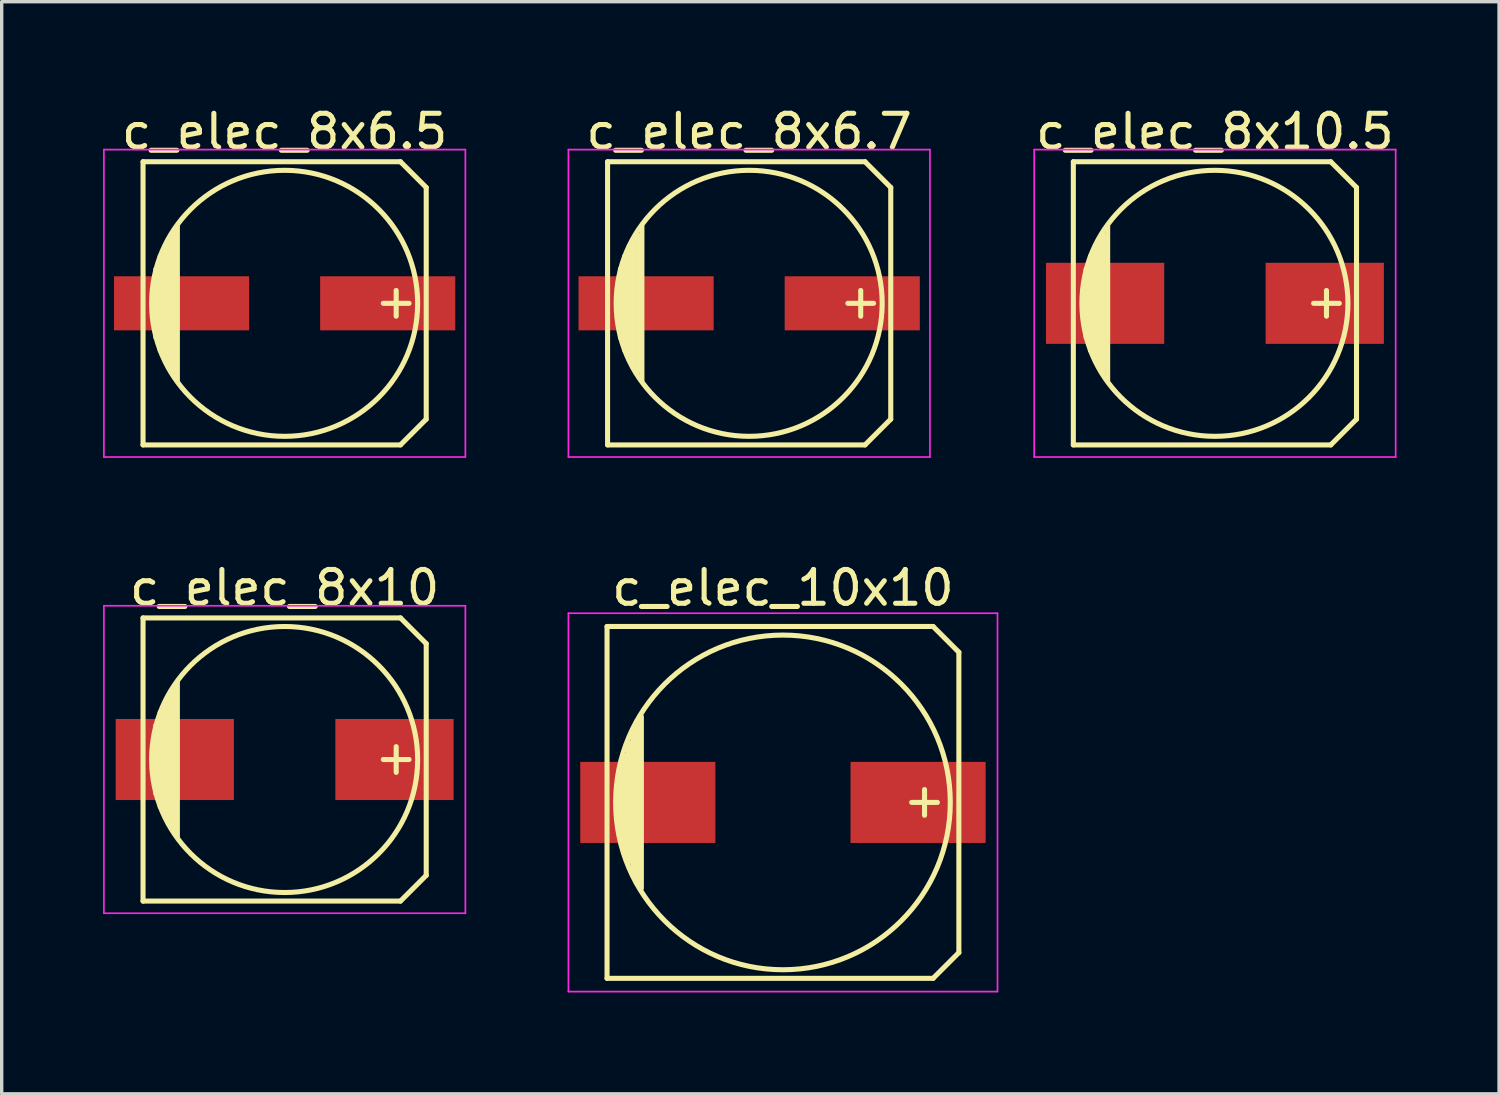
<source format=kicad_pcb>
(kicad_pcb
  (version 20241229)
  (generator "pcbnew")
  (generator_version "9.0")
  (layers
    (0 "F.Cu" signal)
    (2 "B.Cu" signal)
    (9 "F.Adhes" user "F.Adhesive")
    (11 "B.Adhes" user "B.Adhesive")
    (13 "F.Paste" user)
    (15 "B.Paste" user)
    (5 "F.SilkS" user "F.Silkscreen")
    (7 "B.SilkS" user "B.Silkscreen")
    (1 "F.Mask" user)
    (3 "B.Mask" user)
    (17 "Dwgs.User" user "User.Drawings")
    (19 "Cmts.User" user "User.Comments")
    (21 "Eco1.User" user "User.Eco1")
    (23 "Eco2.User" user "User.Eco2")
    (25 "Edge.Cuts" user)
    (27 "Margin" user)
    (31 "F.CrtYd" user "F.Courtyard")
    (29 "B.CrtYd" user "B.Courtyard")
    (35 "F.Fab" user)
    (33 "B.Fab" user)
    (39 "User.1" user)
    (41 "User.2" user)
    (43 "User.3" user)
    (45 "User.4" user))
  (footprint "c_elec_8x10.5"
    (layer "F.Cu")
    (at 32.911 5.928)
    (property "Reference" "c_elec_8x10.5" (at 0 -5.08 0) (layer "F.SilkS") (effects (font (size 1 1) (thickness 0.15))))
    (attr smd)
    (fp_line (start -4.191 -4.191) (end -4.191 4.191) (stroke (width 0.15) (type solid)) (layer "F.SilkS"))
    (fp_line (start -4.191 4.191) (end 3.429 4.191) (stroke (width 0.15) (type solid)) (layer "F.SilkS"))
    (fp_line (start -3.81 -1.016) (end -3.81 1.016) (stroke (width 0.15) (type solid)) (layer "F.SilkS"))
    (fp_line (start -3.683 1.397) (end -3.683 -1.397) (stroke (width 0.15) (type solid)) (layer "F.SilkS"))
    (fp_line (start -3.556 -1.651) (end -3.556 1.651) (stroke (width 0.15) (type solid)) (layer "F.SilkS"))
    (fp_line (start -3.429 1.905) (end -3.429 -1.905) (stroke (width 0.15) (type solid)) (layer "F.SilkS"))
    (fp_line (start -3.302 2.032) (end -3.302 -2.032) (stroke (width 0.15) (type solid)) (layer "F.SilkS"))
    (fp_line (start -3.175 -2.286) (end -3.175 2.286) (stroke (width 0.15) (type solid)) (layer "F.SilkS"))
    (fp_line (start 3.302 -0.381) (end 3.302 0.381) (stroke (width 0.15) (type solid)) (layer "F.SilkS"))
    (fp_line (start 3.429 -4.191) (end -4.191 -4.191) (stroke (width 0.15) (type solid)) (layer "F.SilkS"))
    (fp_line (start 3.429 4.191) (end 4.191 3.429) (stroke (width 0.15) (type solid)) (layer "F.SilkS"))
    (fp_line (start 3.683 0) (end 2.921 0) (stroke (width 0.15) (type solid)) (layer "F.SilkS"))
    (fp_line (start 4.191 -3.429) (end 3.429 -4.191) (stroke (width 0.15) (type solid)) (layer "F.SilkS"))
    (fp_line (start 4.191 3.429) (end 4.191 -3.429) (stroke (width 0.15) (type solid)) (layer "F.SilkS"))
    (fp_circle (center 0 0) (end 3.937 0) (stroke (width 0.15) (type solid)) (fill no) (layer "F.SilkS"))
    (fp_line (start -5.35 -4.55) (end 5.35 -4.55) (stroke (width 0.05) (type solid)) (layer "F.CrtYd"))
    (fp_line (start -5.35 4.55) (end -5.35 -4.55) (stroke (width 0.05) (type solid)) (layer "F.CrtYd"))
    (fp_line (start 5.35 -4.55) (end 5.35 4.55) (stroke (width 0.05) (type solid)) (layer "F.CrtYd"))
    (fp_line (start 5.35 4.55) (end -5.35 4.55) (stroke (width 0.05) (type solid)) (layer "F.CrtYd"))
    (pad "1" smd rect (at 3.251 0) (size 3.5 2.4) (layers "F.Cu" "F.Mask" "F.Paste"))
    (pad "2" smd rect (at -3.251 0) (size 3.5 2.4) (layers "F.Cu" "F.Mask" "F.Paste")))
  (footprint "c_elec_8x10"
    (layer "F.Cu")
    (at 5.375 19.431)
    (property "Reference" "c_elec_8x10" (at 0 -5.08 0) (layer "F.SilkS") (effects (font (size 1 1) (thickness 0.15))))
    (attr smd)
    (fp_line (start -4.191 -4.191) (end -4.191 4.191) (stroke (width 0.15) (type solid)) (layer "F.SilkS"))
    (fp_line (start -4.191 4.191) (end 3.429 4.191) (stroke (width 0.15) (type solid)) (layer "F.SilkS"))
    (fp_line (start -3.81 -1.016) (end -3.81 1.016) (stroke (width 0.15) (type solid)) (layer "F.SilkS"))
    (fp_line (start -3.683 1.397) (end -3.683 -1.397) (stroke (width 0.15) (type solid)) (layer "F.SilkS"))
    (fp_line (start -3.556 -1.651) (end -3.556 1.651) (stroke (width 0.15) (type solid)) (layer "F.SilkS"))
    (fp_line (start -3.429 1.905) (end -3.429 -1.905) (stroke (width 0.15) (type solid)) (layer "F.SilkS"))
    (fp_line (start -3.302 2.032) (end -3.302 -2.032) (stroke (width 0.15) (type solid)) (layer "F.SilkS"))
    (fp_line (start -3.175 -2.286) (end -3.175 2.286) (stroke (width 0.15) (type solid)) (layer "F.SilkS"))
    (fp_line (start 3.302 -0.381) (end 3.302 0.381) (stroke (width 0.15) (type solid)) (layer "F.SilkS"))
    (fp_line (start 3.429 -4.191) (end -4.191 -4.191) (stroke (width 0.15) (type solid)) (layer "F.SilkS"))
    (fp_line (start 3.429 4.191) (end 4.191 3.429) (stroke (width 0.15) (type solid)) (layer "F.SilkS"))
    (fp_line (start 3.683 0) (end 2.921 0) (stroke (width 0.15) (type solid)) (layer "F.SilkS"))
    (fp_line (start 4.191 -3.429) (end 3.429 -4.191) (stroke (width 0.15) (type solid)) (layer "F.SilkS"))
    (fp_line (start 4.191 3.429) (end 4.191 -3.429) (stroke (width 0.15) (type solid)) (layer "F.SilkS"))
    (fp_circle (center 0 0) (end 3.937 0) (stroke (width 0.15) (type solid)) (fill no) (layer "F.SilkS"))
    (fp_line (start -5.35 -4.55) (end 5.35 -4.55) (stroke (width 0.05) (type solid)) (layer "F.CrtYd"))
    (fp_line (start -5.35 4.55) (end -5.35 -4.55) (stroke (width 0.05) (type solid)) (layer "F.CrtYd"))
    (fp_line (start 5.35 -4.55) (end 5.35 4.55) (stroke (width 0.05) (type solid)) (layer "F.CrtYd"))
    (fp_line (start 5.35 4.55) (end -5.35 4.55) (stroke (width 0.05) (type solid)) (layer "F.CrtYd"))
    (pad "1" smd rect (at 3.251 0) (size 3.5 2.4) (layers "F.Cu" "F.Mask" "F.Paste"))
    (pad "2" smd rect (at -3.251 0) (size 3.5 2.4) (layers "F.Cu" "F.Mask" "F.Paste")))
  (footprint "c_elec_8x6.5"
    (layer "F.Cu")
    (at 5.375 5.928)
    (property "Reference" "c_elec_8x6.5" (at 0 -5.08 0) (layer "F.SilkS") (effects (font (size 1 1) (thickness 0.15))))
    (attr smd)
    (fp_line (start -4.191 -4.191) (end -4.191 4.191) (stroke (width 0.15) (type solid)) (layer "F.SilkS"))
    (fp_line (start -4.191 4.191) (end 3.429 4.191) (stroke (width 0.15) (type solid)) (layer "F.SilkS"))
    (fp_line (start -3.81 -1.016) (end -3.81 1.016) (stroke (width 0.15) (type solid)) (layer "F.SilkS"))
    (fp_line (start -3.683 1.397) (end -3.683 -1.397) (stroke (width 0.15) (type solid)) (layer "F.SilkS"))
    (fp_line (start -3.556 -1.651) (end -3.556 1.651) (stroke (width 0.15) (type solid)) (layer "F.SilkS"))
    (fp_line (start -3.429 1.905) (end -3.429 -1.905) (stroke (width 0.15) (type solid)) (layer "F.SilkS"))
    (fp_line (start -3.302 2.032) (end -3.302 -2.032) (stroke (width 0.15) (type solid)) (layer "F.SilkS"))
    (fp_line (start -3.175 -2.286) (end -3.175 2.286) (stroke (width 0.15) (type solid)) (layer "F.SilkS"))
    (fp_line (start 3.302 -0.381) (end 3.302 0.381) (stroke (width 0.15) (type solid)) (layer "F.SilkS"))
    (fp_line (start 3.429 -4.191) (end -4.191 -4.191) (stroke (width 0.15) (type solid)) (layer "F.SilkS"))
    (fp_line (start 3.429 4.191) (end 4.191 3.429) (stroke (width 0.15) (type solid)) (layer "F.SilkS"))
    (fp_line (start 3.683 0) (end 2.921 0) (stroke (width 0.15) (type solid)) (layer "F.SilkS"))
    (fp_line (start 4.191 -3.429) (end 3.429 -4.191) (stroke (width 0.15) (type solid)) (layer "F.SilkS"))
    (fp_line (start 4.191 3.429) (end 4.191 -3.429) (stroke (width 0.15) (type solid)) (layer "F.SilkS"))
    (fp_circle (center 0 0) (end 3.937 0) (stroke (width 0.15) (type solid)) (fill no) (layer "F.SilkS"))
    (fp_line (start -5.35 -4.55) (end 5.35 -4.55) (stroke (width 0.05) (type solid)) (layer "F.CrtYd"))
    (fp_line (start -5.35 4.55) (end -5.35 -4.55) (stroke (width 0.05) (type solid)) (layer "F.CrtYd"))
    (fp_line (start 5.35 -4.55) (end 5.35 4.55) (stroke (width 0.05) (type solid)) (layer "F.CrtYd"))
    (fp_line (start 5.35 4.55) (end -5.35 4.55) (stroke (width 0.05) (type solid)) (layer "F.CrtYd"))
    (pad "1" smd rect (at 3.051 0) (size 4 1.6) (layers "F.Cu" "F.Mask" "F.Paste"))
    (pad "2" smd rect (at -3.051 0) (size 4 1.6) (layers "F.Cu" "F.Mask" "F.Paste")))
  (footprint "c_elec_8x6.7"
    (layer "F.Cu")
    (at 19.125 5.928)
    (property "Reference" "c_elec_8x6.7" (at 0 -5.08 0) (layer "F.SilkS") (effects (font (size 1 1) (thickness 0.15))))
    (attr smd)
    (fp_line (start -4.191 -4.191) (end -4.191 4.191) (stroke (width 0.15) (type solid)) (layer "F.SilkS"))
    (fp_line (start -4.191 4.191) (end 3.429 4.191) (stroke (width 0.15) (type solid)) (layer "F.SilkS"))
    (fp_line (start -3.81 -1.016) (end -3.81 1.016) (stroke (width 0.15) (type solid)) (layer "F.SilkS"))
    (fp_line (start -3.683 1.397) (end -3.683 -1.397) (stroke (width 0.15) (type solid)) (layer "F.SilkS"))
    (fp_line (start -3.556 -1.651) (end -3.556 1.651) (stroke (width 0.15) (type solid)) (layer "F.SilkS"))
    (fp_line (start -3.429 1.905) (end -3.429 -1.905) (stroke (width 0.15) (type solid)) (layer "F.SilkS"))
    (fp_line (start -3.302 2.032) (end -3.302 -2.032) (stroke (width 0.15) (type solid)) (layer "F.SilkS"))
    (fp_line (start -3.175 -2.286) (end -3.175 2.286) (stroke (width 0.15) (type solid)) (layer "F.SilkS"))
    (fp_line (start 3.302 -0.381) (end 3.302 0.381) (stroke (width 0.15) (type solid)) (layer "F.SilkS"))
    (fp_line (start 3.429 -4.191) (end -4.191 -4.191) (stroke (width 0.15) (type solid)) (layer "F.SilkS"))
    (fp_line (start 3.429 4.191) (end 4.191 3.429) (stroke (width 0.15) (type solid)) (layer "F.SilkS"))
    (fp_line (start 3.683 0) (end 2.921 0) (stroke (width 0.15) (type solid)) (layer "F.SilkS"))
    (fp_line (start 4.191 -3.429) (end 3.429 -4.191) (stroke (width 0.15) (type solid)) (layer "F.SilkS"))
    (fp_line (start 4.191 3.429) (end 4.191 -3.429) (stroke (width 0.15) (type solid)) (layer "F.SilkS"))
    (fp_circle (center 0 0) (end 3.937 0) (stroke (width 0.15) (type solid)) (fill no) (layer "F.SilkS"))
    (fp_line (start -5.35 -4.55) (end 5.35 -4.55) (stroke (width 0.05) (type solid)) (layer "F.CrtYd"))
    (fp_line (start -5.35 4.55) (end -5.35 -4.55) (stroke (width 0.05) (type solid)) (layer "F.CrtYd"))
    (fp_line (start 5.35 -4.55) (end 5.35 4.55) (stroke (width 0.05) (type solid)) (layer "F.CrtYd"))
    (fp_line (start 5.35 4.55) (end -5.35 4.55) (stroke (width 0.05) (type solid)) (layer "F.CrtYd"))
    (pad "1" smd rect (at 3.051 0) (size 4 1.6) (layers "F.Cu" "F.Mask" "F.Paste"))
    (pad "2" smd rect (at -3.051 0) (size 4 1.6) (layers "F.Cu" "F.Mask" "F.Paste")))
  (footprint "c_elec_10x10"
    (layer "F.Cu")
    (at 20.125 20.701)
    (property "Reference" "c_elec_10x10" (at 0 -6.35 0) (layer "F.SilkS") (effects (font (size 1 1) (thickness 0.15))))
    (attr smd)
    (fp_line (start -5.207 -5.207) (end -5.207 5.207) (stroke (width 0.15) (type solid)) (layer "F.SilkS"))
    (fp_line (start -5.207 5.207) (end 4.445 5.207) (stroke (width 0.15) (type solid)) (layer "F.SilkS"))
    (fp_line (start -4.826 1.016) (end -4.826 -1.016) (stroke (width 0.15) (type solid)) (layer "F.SilkS"))
    (fp_line (start -4.699 -1.397) (end -4.699 1.524) (stroke (width 0.15) (type solid)) (layer "F.SilkS"))
    (fp_line (start -4.572 1.778) (end -4.572 -1.778) (stroke (width 0.15) (type solid)) (layer "F.SilkS"))
    (fp_line (start -4.445 -2.159) (end -4.445 2.159) (stroke (width 0.15) (type solid)) (layer "F.SilkS"))
    (fp_line (start -4.318 2.413) (end -4.318 -2.413) (stroke (width 0.15) (type solid)) (layer "F.SilkS"))
    (fp_line (start -4.191 -2.54) (end -4.191 2.54) (stroke (width 0.15) (type solid)) (layer "F.SilkS"))
    (fp_line (start 4.191 -0.381) (end 4.191 0.381) (stroke (width 0.15) (type solid)) (layer "F.SilkS"))
    (fp_line (start 4.445 -5.207) (end -5.207 -5.207) (stroke (width 0.15) (type solid)) (layer "F.SilkS"))
    (fp_line (start 4.445 5.207) (end 5.207 4.445) (stroke (width 0.15) (type solid)) (layer "F.SilkS"))
    (fp_line (start 4.572 0) (end 3.81 0) (stroke (width 0.15) (type solid)) (layer "F.SilkS"))
    (fp_line (start 5.207 -4.445) (end 4.445 -5.207) (stroke (width 0.15) (type solid)) (layer "F.SilkS"))
    (fp_line (start 5.207 4.445) (end 5.207 -4.445) (stroke (width 0.15) (type solid)) (layer "F.SilkS"))
    (fp_circle (center 0 0) (end 4.953 0) (stroke (width 0.15) (type solid)) (fill no) (layer "F.SilkS"))
    (fp_line (start -6.35 -5.6) (end 6.35 -5.6) (stroke (width 0.05) (type solid)) (layer "F.CrtYd"))
    (fp_line (start -6.35 5.6) (end -6.35 -5.6) (stroke (width 0.05) (type solid)) (layer "F.CrtYd"))
    (fp_line (start 6.35 -5.6) (end 6.35 5.6) (stroke (width 0.05) (type solid)) (layer "F.CrtYd"))
    (fp_line (start 6.35 5.6) (end -6.35 5.6) (stroke (width 0.05) (type solid)) (layer "F.CrtYd"))
    (pad "1" smd rect (at 4 0) (size 4 2.4) (layers "F.Cu" "F.Mask" "F.Paste"))
    (pad "2" smd rect (at -4 0) (size 4 2.4) (layers "F.Cu" "F.Mask" "F.Paste")))
  (gr_rect
    (start -3 -3)
    (end 41.321 29.326)
    (stroke (width 0.1) (type default))
    (fill no)
    (layer "Edge.Cuts")))
</source>
